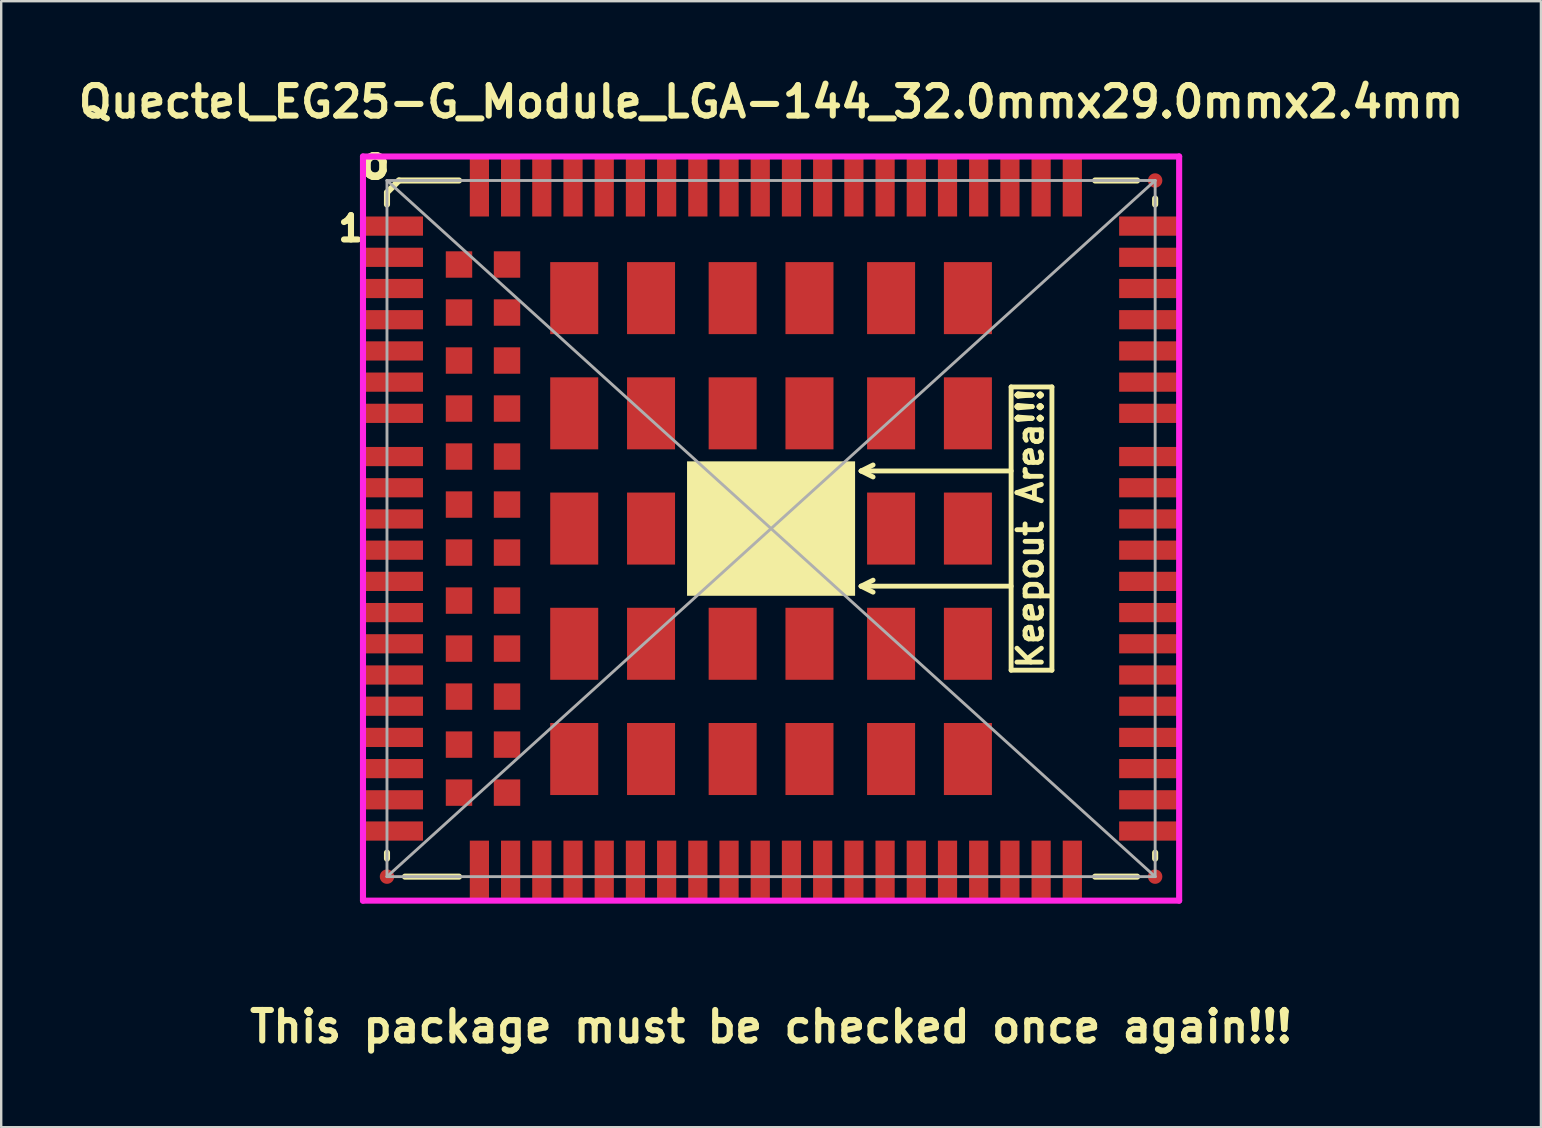
<source format=kicad_pcb>
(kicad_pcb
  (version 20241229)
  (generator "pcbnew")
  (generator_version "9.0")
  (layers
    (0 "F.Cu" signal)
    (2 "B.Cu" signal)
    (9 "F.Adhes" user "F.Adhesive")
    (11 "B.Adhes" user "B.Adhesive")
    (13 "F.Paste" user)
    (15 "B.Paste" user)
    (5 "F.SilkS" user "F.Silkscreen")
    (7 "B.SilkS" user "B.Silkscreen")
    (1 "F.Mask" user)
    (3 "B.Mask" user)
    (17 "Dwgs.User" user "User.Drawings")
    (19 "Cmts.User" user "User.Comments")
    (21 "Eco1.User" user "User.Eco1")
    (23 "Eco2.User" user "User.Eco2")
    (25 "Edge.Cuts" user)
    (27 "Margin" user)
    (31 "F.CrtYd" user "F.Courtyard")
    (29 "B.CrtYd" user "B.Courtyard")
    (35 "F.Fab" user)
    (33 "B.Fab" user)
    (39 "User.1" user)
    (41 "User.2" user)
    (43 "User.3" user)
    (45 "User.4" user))
  (footprint "Quectel_EG25-G_Module_LGA-144_32.0mmx29.0mmx2.4mm"
    (layer "F.Cu")
    (at 29.071 18.969)
    (property "Reference" "Quectel_EG25-G_Module_LGA-144_32.0mmx29.0mmx2.4mm" (at 0 -17.78 0) (layer "F.SilkS") (effects (font (size 1.27 1.27) (thickness 0.254))))
    (attr smd)
    (fp_line (start -16 -14) (end -16 -13.5) (stroke (width 0.254) (type solid)) (layer "F.SilkS"))
    (fp_line (start -16 -14) (end -15.5 -14.5) (stroke (width 0.254) (type solid)) (layer "F.SilkS"))
    (fp_line (start -16 13.75) (end -16 13.5) (stroke (width 0.254) (type solid)) (layer "F.SilkS"))
    (fp_line (start -15.25 14.5) (end -13 14.5) (stroke (width 0.254) (type solid)) (layer "F.SilkS"))
    (fp_line (start -13 -14.5) (end -15.5 -14.5) (stroke (width 0.254) (type solid)) (layer "F.SilkS"))
    (fp_line (start 3.75 -2.4) (end 4.25 -2.65) (stroke (width 0.203) (type solid)) (layer "F.SilkS"))
    (fp_line (start 3.75 -2.4) (end 4.25 -2.15) (stroke (width 0.203) (type solid)) (layer "F.SilkS"))
    (fp_line (start 3.75 2.4) (end 4.25 2.15) (stroke (width 0.203) (type solid)) (layer "F.SilkS"))
    (fp_line (start 3.75 2.4) (end 4.25 2.65) (stroke (width 0.203) (type solid)) (layer "F.SilkS"))
    (fp_line (start 10 -5.9) (end 11.7 -5.9) (stroke (width 0.203) (type solid)) (layer "F.SilkS"))
    (fp_line (start 10 -2.4) (end 3.75 -2.4) (stroke (width 0.203) (type solid)) (layer "F.SilkS"))
    (fp_line (start 10 2.4) (end 3.75 2.4) (stroke (width 0.203) (type solid)) (layer "F.SilkS"))
    (fp_line (start 10 5.9) (end 10 -5.9) (stroke (width 0.203) (type solid)) (layer "F.SilkS"))
    (fp_line (start 10 5.9) (end 11.7 5.9) (stroke (width 0.203) (type solid)) (layer "F.SilkS"))
    (fp_line (start 11.7 5.9) (end 11.7 -5.9) (stroke (width 0.203) (type solid)) (layer "F.SilkS"))
    (fp_line (start 15.25 -14.5) (end 13.5 -14.5) (stroke (width 0.254) (type solid)) (layer "F.SilkS"))
    (fp_line (start 15.25 14.5) (end 13.5 14.5) (stroke (width 0.254) (type solid)) (layer "F.SilkS"))
    (fp_line (start 16 -13.75) (end 16 -13.5) (stroke (width 0.254) (type solid)) (layer "F.SilkS"))
    (fp_line (start 16 13.75) (end 16 13.5) (stroke (width 0.254) (type solid)) (layer "F.SilkS"))
    (fp_poly (pts (xy -3.5 -2.8) (xy 3.5 -2.8) (xy 3.5 2.8) (xy -3.5 2.8)) (stroke (width 0) (type solid)) (fill yes) (layer "F.SilkS"))
    (fp_line (start -17 15.5) (end -17 -15.5) (stroke (width 0.254) (type solid)) (layer "F.CrtYd"))
    (fp_line (start -17 15.5) (end 17 15.5) (stroke (width 0.254) (type solid)) (layer "F.CrtYd"))
    (fp_line (start 17 -15.5) (end -17 -15.5) (stroke (width 0.254) (type solid)) (layer "F.CrtYd"))
    (fp_line (start 17 15.5) (end 17 -15.5) (stroke (width 0.254) (type solid)) (layer "F.CrtYd"))
    (fp_line (start -16 -14.5) (end 16 -14.5) (stroke (width 0.12) (type solid)) (layer "F.Fab"))
    (fp_line (start -16 -14.5) (end 16 14.5) (stroke (width 0.12) (type solid)) (layer "F.Fab"))
    (fp_line (start -16 14.5) (end -16 -14.5) (stroke (width 0.12) (type solid)) (layer "F.Fab"))
    (fp_line (start 16 -14.5) (end -16 14.5) (stroke (width 0.12) (type solid)) (layer "F.Fab"))
    (fp_line (start 16 -14.5) (end 16 14.5) (stroke (width 0.12) (type solid)) (layer "F.Fab"))
    (fp_line (start 16 14.5) (end -16 14.5) (stroke (width 0.12) (type solid)) (layer "F.Fab"))
    (fp_text user "Keepout Area!!!" (at 10.8 0 90) (layer "F.SilkS") (effects (font (size 1.016 1.016) (thickness 0.203))))
    (fp_text user "o" (at -16.5 -15.25 0) (layer "F.SilkS") (effects (font (size 1.27 1.27) (thickness 0.318))))
    (fp_text user "1" (at -17.5 -12.5 0) (layer "F.SilkS") (effects (font (size 1.016 1.016) (thickness 0.254))))
    (fp_text user "This package must be checked once again!!!" (at 0 20.75 0) (layer "F.SilkS") (effects (font (size 1.27 1.27) (thickness 0.254))))
    (pad "" smd trapezoid (at -2.51 1.7 180) (size 1.1 1.1) (layers "Eco1.User"))
    (pad "" smd trapezoid (at -2.5 -1.7 180) (size 1.1 1.1) (layers "Eco1.User"))
    (pad "" smd trapezoid (at -2.5 0 180) (size 1.1 1.1) (layers "Eco1.User"))
    (pad "" smd trapezoid (at -0.845 1.7 180) (size 1.1 1.1) (layers "Eco1.User"))
    (pad "" smd trapezoid (at -0.835 -1.7 180) (size 1.1 1.1) (layers "Eco1.User"))
    (pad "" smd trapezoid (at -0.835 0 180) (size 1.1 1.1) (layers "Eco1.User"))
    (pad "" smd trapezoid (at 0.825 1.7 180) (size 1.1 1.1) (layers "Eco1.User"))
    (pad "" smd trapezoid (at 0.835 -1.7 180) (size 1.1 1.1) (layers "Eco1.User"))
    (pad "" smd trapezoid (at 0.835 0 180) (size 1.1 1.1) (layers "Eco1.User"))
    (pad "" smd trapezoid (at 2.49 1.7 180) (size 1.1 1.1) (layers "Eco1.User"))
    (pad "" smd trapezoid (at 2.5 -1.7 180) (size 1.1 1.1) (layers "Eco1.User"))
    (pad "" smd trapezoid (at 2.5 0 180) (size 1.1 1.1) (layers "Eco1.User"))
    (pad "1" smd trapezoid (at -15.75 -12.6 180) (size 2.5 0.8) (layers "F.Cu" "F.Mask" "F.Paste"))
    (pad "2" smd trapezoid (at -15.75 -11.3 180) (size 2.5 0.8) (layers "F.Cu" "F.Mask" "F.Paste"))
    (pad "3" smd trapezoid (at -15.75 -10 180) (size 2.5 0.8) (layers "F.Cu" "F.Mask" "F.Paste"))
    (pad "4" smd trapezoid (at -15.75 -8.7 180) (size 2.5 0.8) (layers "F.Cu" "F.Mask" "F.Paste"))
    (pad "5" smd trapezoid (at -15.75 -7.4 180) (size 2.5 0.8) (layers "F.Cu" "F.Mask" "F.Paste"))
    (pad "6" smd trapezoid (at -15.75 -6.1 180) (size 2.5 0.8) (layers "F.Cu" "F.Mask" "F.Paste"))
    (pad "7" smd trapezoid (at -15.75 -4.8 180) (size 2.5 0.8) (layers "F.Cu" "F.Mask" "F.Paste"))
    (pad "8" smd trapezoid (at -15.75 -0.4 180) (size 2.5 0.8) (layers "F.Cu" "F.Mask" "F.Paste"))
    (pad "9" smd trapezoid (at -15.75 0.9 180) (size 2.5 0.8) (layers "F.Cu" "F.Mask" "F.Paste"))
    (pad "10" smd trapezoid (at -15.75 2.2 180) (size 2.5 0.8) (layers "F.Cu" "F.Mask" "F.Paste"))
    (pad "11" smd trapezoid (at -15.75 3.5 180) (size 2.5 0.8) (layers "F.Cu" "F.Mask" "F.Paste"))
    (pad "12" smd trapezoid (at -15.75 4.8 180) (size 2.5 0.8) (layers "F.Cu" "F.Mask" "F.Paste"))
    (pad "13" smd trapezoid (at -15.75 6.1 180) (size 2.5 0.8) (layers "F.Cu" "F.Mask" "F.Paste"))
    (pad "14" smd trapezoid (at -15.75 7.4 180) (size 2.5 0.8) (layers "F.Cu" "F.Mask" "F.Paste"))
    (pad "15" smd trapezoid (at -15.75 8.7 180) (size 2.5 0.8) (layers "F.Cu" "F.Mask" "F.Paste"))
    (pad "16" smd trapezoid (at -15.75 10 180) (size 2.5 0.8) (layers "F.Cu" "F.Mask" "F.Paste"))
    (pad "17" smd trapezoid (at -15.75 11.3 180) (size 2.5 0.8) (layers "F.Cu" "F.Mask" "F.Paste"))
    (pad "18" smd trapezoid (at -15.75 12.6 180) (size 2.5 0.8) (layers "F.Cu" "F.Mask" "F.Paste"))
    (pad "19" smd trapezoid (at -9.55 14.25 270) (size 2.5 0.8) (layers "F.Cu" "F.Mask" "F.Paste"))
    (pad "20" smd trapezoid (at -8.25 14.25 270) (size 2.5 0.8) (layers "F.Cu" "F.Mask" "F.Paste"))
    (pad "21" smd trapezoid (at -6.95 14.25 270) (size 2.5 0.8) (layers "F.Cu" "F.Mask" "F.Paste"))
    (pad "22" smd trapezoid (at -5.65 14.25 270) (size 2.5 0.8) (layers "F.Cu" "F.Mask" "F.Paste"))
    (pad "23" smd trapezoid (at -4.35 14.25 270) (size 2.5 0.8) (layers "F.Cu" "F.Mask" "F.Paste"))
    (pad "24" smd trapezoid (at -3.05 14.25 270) (size 2.5 0.8) (layers "F.Cu" "F.Mask" "F.Paste"))
    (pad "25" smd trapezoid (at -1.75 14.25 270) (size 2.5 0.8) (layers "F.Cu" "F.Mask" "F.Paste"))
    (pad "26" smd trapezoid (at -0.45 14.25 270) (size 2.5 0.8) (layers "F.Cu" "F.Mask" "F.Paste"))
    (pad "27" smd trapezoid (at 0.85 14.25 270) (size 2.5 0.8) (layers "F.Cu" "F.Mask" "F.Paste"))
    (pad "28" smd trapezoid (at 2.15 14.25 270) (size 2.5 0.8) (layers "F.Cu" "F.Mask" "F.Paste"))
    (pad "29" smd trapezoid (at 3.45 14.25 270) (size 2.5 0.8) (layers "F.Cu" "F.Mask" "F.Paste"))
    (pad "30" smd trapezoid (at 4.75 14.25 270) (size 2.5 0.8) (layers "F.Cu" "F.Mask" "F.Paste"))
    (pad "31" smd trapezoid (at 6.05 14.25 270) (size 2.5 0.8) (layers "F.Cu" "F.Mask" "F.Paste"))
    (pad "32" smd trapezoid (at 7.35 14.25 270) (size 2.5 0.8) (layers "F.Cu" "F.Mask" "F.Paste"))
    (pad "33" smd trapezoid (at 8.65 14.25 270) (size 2.5 0.8) (layers "F.Cu" "F.Mask" "F.Paste"))
    (pad "34" smd trapezoid (at 9.95 14.25 270) (size 2.5 0.8) (layers "F.Cu" "F.Mask" "F.Paste"))
    (pad "35" smd trapezoid (at 11.25 14.25 270) (size 2.5 0.8) (layers "F.Cu" "F.Mask" "F.Paste"))
    (pad "36" smd trapezoid (at 12.55 14.25 270) (size 2.5 0.8) (layers "F.Cu" "F.Mask" "F.Paste"))
    (pad "37" smd trapezoid (at 15.75 12.6 180) (size 2.5 0.8) (layers "F.Cu" "F.Mask" "F.Paste"))
    (pad "38" smd trapezoid (at 15.75 11.3 180) (size 2.5 0.8) (layers "F.Cu" "F.Mask" "F.Paste"))
    (pad "39" smd trapezoid (at 15.75 10 180) (size 2.5 0.8) (layers "F.Cu" "F.Mask" "F.Paste"))
    (pad "40" smd trapezoid (at 15.75 8.7 180) (size 2.5 0.8) (layers "F.Cu" "F.Mask" "F.Paste"))
    (pad "41" smd trapezoid (at 15.75 7.4 180) (size 2.5 0.8) (layers "F.Cu" "F.Mask" "F.Paste"))
    (pad "42" smd trapezoid (at 15.75 6.1 180) (size 2.5 0.8) (layers "F.Cu" "F.Mask" "F.Paste"))
    (pad "43" smd trapezoid (at 15.75 4.8 180) (size 2.5 0.8) (layers "F.Cu" "F.Mask" "F.Paste"))
    (pad "44" smd trapezoid (at 15.75 3.5 180) (size 2.5 0.8) (layers "F.Cu" "F.Mask" "F.Paste"))
    (pad "45" smd trapezoid (at 15.75 2.2 180) (size 2.5 0.8) (layers "F.Cu" "F.Mask" "F.Paste"))
    (pad "46" smd trapezoid (at 15.75 0.9 180) (size 2.5 0.8) (layers "F.Cu" "F.Mask" "F.Paste"))
    (pad "47" smd trapezoid (at 15.75 -0.4 180) (size 2.5 0.8) (layers "F.Cu" "F.Mask" "F.Paste"))
    (pad "48" smd trapezoid (at 15.75 -4.8 180) (size 2.5 0.8) (layers "F.Cu" "F.Mask" "F.Paste"))
    (pad "49" smd trapezoid (at 15.75 -6.1 180) (size 2.5 0.8) (layers "F.Cu" "F.Mask" "F.Paste"))
    (pad "50" smd trapezoid (at 15.75 -7.4 180) (size 2.5 0.8) (layers "F.Cu" "F.Mask" "F.Paste"))
    (pad "51" smd trapezoid (at 15.75 -8.7 180) (size 2.5 0.8) (layers "F.Cu" "F.Mask" "F.Paste"))
    (pad "52" smd trapezoid (at 15.75 -10 180) (size 2.5 0.8) (layers "F.Cu" "F.Mask" "F.Paste"))
    (pad "53" smd trapezoid (at 15.75 -11.3 180) (size 2.5 0.8) (layers "F.Cu" "F.Mask" "F.Paste"))
    (pad "54" smd trapezoid (at 15.75 -12.6 180) (size 2.5 0.8) (layers "F.Cu" "F.Mask" "F.Paste"))
    (pad "55" smd trapezoid (at 12.55 -14.25 270) (size 2.5 0.8) (layers "F.Cu" "F.Mask" "F.Paste"))
    (pad "56" smd trapezoid (at 11.25 -14.25 270) (size 2.5 0.8) (layers "F.Cu" "F.Mask" "F.Paste"))
    (pad "57" smd trapezoid (at 9.95 -14.25 270) (size 2.5 0.8) (layers "F.Cu" "F.Mask" "F.Paste"))
    (pad "58" smd trapezoid (at 8.65 -14.25 270) (size 2.5 0.8) (layers "F.Cu" "F.Mask" "F.Paste"))
    (pad "59" smd trapezoid (at 7.35 -14.25 270) (size 2.5 0.8) (layers "F.Cu" "F.Mask" "F.Paste"))
    (pad "60" smd trapezoid (at 6.05 -14.25 270) (size 2.5 0.8) (layers "F.Cu" "F.Mask" "F.Paste"))
    (pad "61" smd trapezoid (at 4.75 -14.25 270) (size 2.5 0.8) (layers "F.Cu" "F.Mask" "F.Paste"))
    (pad "62" smd trapezoid (at 3.45 -14.25 270) (size 2.5 0.8) (layers "F.Cu" "F.Mask" "F.Paste"))
    (pad "63" smd trapezoid (at 2.15 -14.25 270) (size 2.5 0.8) (layers "F.Cu" "F.Mask" "F.Paste"))
    (pad "64" smd trapezoid (at 0.85 -14.25 270) (size 2.5 0.8) (layers "F.Cu" "F.Mask" "F.Paste"))
    (pad "65" smd trapezoid (at -0.45 -14.25 270) (size 2.5 0.8) (layers "F.Cu" "F.Mask" "F.Paste"))
    (pad "66" smd trapezoid (at -1.75 -14.25 270) (size 2.5 0.8) (layers "F.Cu" "F.Mask" "F.Paste"))
    (pad "67" smd trapezoid (at -3.05 -14.25 270) (size 2.5 0.8) (layers "F.Cu" "F.Mask" "F.Paste"))
    (pad "68" smd trapezoid (at -4.35 -14.25 270) (size 2.5 0.8) (layers "F.Cu" "F.Mask" "F.Paste"))
    (pad "69" smd trapezoid (at -5.65 -14.25 270) (size 2.5 0.8) (layers "F.Cu" "F.Mask" "F.Paste"))
    (pad "70" smd trapezoid (at -6.95 -14.25 270) (size 2.5 0.8) (layers "F.Cu" "F.Mask" "F.Paste"))
    (pad "71" smd trapezoid (at -8.25 -14.25 270) (size 2.5 0.8) (layers "F.Cu" "F.Mask" "F.Paste"))
    (pad "72" smd trapezoid (at -9.55 -14.25 270) (size 2.5 0.8) (layers "F.Cu" "F.Mask" "F.Paste"))
    (pad "85" smd trapezoid (at 8.2 -9.6 180) (size 2 3) (layers "F.Cu" "F.Mask" "F.Paste"))
    (pad "86" smd trapezoid (at 8.2 -4.8 180) (size 2 3) (layers "F.Cu" "F.Mask" "F.Paste"))
    (pad "87" smd trapezoid (at 8.2 0 180) (size 2 3) (layers "F.Cu" "F.Mask" "F.Paste"))
    (pad "88" smd trapezoid (at 8.2 4.8 180) (size 2 3) (layers "F.Cu" "F.Mask" "F.Paste"))
    (pad "89" smd trapezoid (at 8.2 9.6 180) (size 2 3) (layers "F.Cu" "F.Mask" "F.Paste"))
    (pad "90" smd trapezoid (at 5 -9.6 180) (size 2 3) (layers "F.Cu" "F.Mask" "F.Paste"))
    (pad "91" smd trapezoid (at 5 -4.8 180) (size 2 3) (layers "F.Cu" "F.Mask" "F.Paste"))
    (pad "92" smd trapezoid (at 5 0 180) (size 2 3) (layers "F.Cu" "F.Mask" "F.Paste"))
    (pad "93" smd trapezoid (at 5 4.8 180) (size 2 3) (layers "F.Cu" "F.Mask" "F.Paste"))
    (pad "94" smd trapezoid (at 5 9.6 180) (size 2 3) (layers "F.Cu" "F.Mask" "F.Paste"))
    (pad "95" smd trapezoid (at 1.6 -9.6 180) (size 2 3) (layers "F.Cu" "F.Mask" "F.Paste"))
    (pad "96" smd trapezoid (at 1.6 -4.8 180) (size 2 3) (layers "F.Cu" "F.Mask" "F.Paste"))
    (pad "97" smd trapezoid (at 1.6 4.8 180) (size 2 3) (layers "F.Cu" "F.Mask" "F.Paste"))
    (pad "98" smd trapezoid (at 1.6 9.6 180) (size 2 3) (layers "F.Cu" "F.Mask" "F.Paste"))
    (pad "99" smd trapezoid (at -1.6 -9.6 180) (size 2 3) (layers "F.Cu" "F.Mask" "F.Paste"))
    (pad "100" smd trapezoid (at -1.6 -4.8 180) (size 2 3) (layers "F.Cu" "F.Mask" "F.Paste"))
    (pad "101" smd trapezoid (at -1.6 4.8 180) (size 2 3) (layers "F.Cu" "F.Mask" "F.Paste"))
    (pad "102" smd trapezoid (at -1.6 9.6 180) (size 2 3) (layers "F.Cu" "F.Mask" "F.Paste"))
    (pad "103" smd trapezoid (at -5 -9.6 180) (size 2 3) (layers "F.Cu" "F.Mask" "F.Paste"))
    (pad "104" smd trapezoid (at -5 -4.8 180) (size 2 3) (layers "F.Cu" "F.Mask" "F.Paste"))
    (pad "105" smd trapezoid (at -5 0 180) (size 2 3) (layers "F.Cu" "F.Mask" "F.Paste"))
    (pad "106" smd trapezoid (at -5 4.8 180) (size 2 3) (layers "F.Cu" "F.Mask" "F.Paste"))
    (pad "107" smd trapezoid (at -5 9.6 180) (size 2 3) (layers "F.Cu" "F.Mask" "F.Paste"))
    (pad "108" smd trapezoid (at -8.2 -9.6 180) (size 2 3) (layers "F.Cu" "F.Mask" "F.Paste"))
    (pad "109" smd trapezoid (at -8.2 -4.8 180) (size 2 3) (layers "F.Cu" "F.Mask" "F.Paste"))
    (pad "110" smd trapezoid (at -8.2 0 180) (size 2 3) (layers "F.Cu" "F.Mask" "F.Paste"))
    (pad "111" smd trapezoid (at -8.2 4.8 180) (size 2 3) (layers "F.Cu" "F.Mask" "F.Paste"))
    (pad "112" smd trapezoid (at -8.2 9.6 180) (size 2 3) (layers "F.Cu" "F.Mask" "F.Paste"))
    (pad "113" smd trapezoid (at -10.85 -14.25 270) (size 2.5 0.8) (layers "F.Cu" "F.Mask" "F.Paste"))
    (pad "114" smd trapezoid (at -12.15 -14.25 270) (size 2.5 0.8) (layers "F.Cu" "F.Mask" "F.Paste"))
    (pad "115" smd trapezoid (at -10.85 14.25 270) (size 2.5 0.8) (layers "F.Cu" "F.Mask" "F.Paste"))
    (pad "116" smd trapezoid (at -12.15 14.25 270) (size 2.5 0.8) (layers "F.Cu" "F.Mask" "F.Paste"))
    (pad "117" smd trapezoid (at -11 -11 180) (size 1.1 1.1) (layers "F.Cu" "F.Mask" "F.Paste"))
    (pad "118" smd trapezoid (at -11 -9 180) (size 1.1 1.1) (layers "F.Cu" "F.Mask" "F.Paste"))
    (pad "119" smd trapezoid (at -11 -7 180) (size 1.1 1.1) (layers "F.Cu" "F.Mask" "F.Paste"))
    (pad "120" smd trapezoid (at -11 -5 180) (size 1.1 1.1) (layers "F.Cu" "F.Mask" "F.Paste"))
    (pad "121" smd trapezoid (at -11 -3 180) (size 1.1 1.1) (layers "F.Cu" "F.Mask" "F.Paste"))
    (pad "122" smd trapezoid (at -11 -1 180) (size 1.1 1.1) (layers "F.Cu" "F.Mask" "F.Paste"))
    (pad "123" smd trapezoid (at -11 1 180) (size 1.1 1.1) (layers "F.Cu" "F.Mask" "F.Paste"))
    (pad "124" smd trapezoid (at -11 3 180) (size 1.1 1.1) (layers "F.Cu" "F.Mask" "F.Paste"))
    (pad "125" smd trapezoid (at -11 5 180) (size 1.1 1.1) (layers "F.Cu" "F.Mask" "F.Paste"))
    (pad "126" smd trapezoid (at -11 7 180) (size 1.1 1.1) (layers "F.Cu" "F.Mask" "F.Paste"))
    (pad "127" smd trapezoid (at -11 9 180) (size 1.1 1.1) (layers "F.Cu" "F.Mask" "F.Paste"))
    (pad "128" smd trapezoid (at -11 11 180) (size 1.1 1.1) (layers "F.Cu" "F.Mask" "F.Paste"))
    (pad "129" smd trapezoid (at -13 -11 180) (size 1.1 1.1) (layers "F.Cu" "F.Mask" "F.Paste"))
    (pad "130" smd trapezoid (at -13 -9 180) (size 1.1 1.1) (layers "F.Cu" "F.Mask" "F.Paste"))
    (pad "131" smd trapezoid (at -13 -7 180) (size 1.1 1.1) (layers "F.Cu" "F.Mask" "F.Paste"))
    (pad "132" smd trapezoid (at -13 -5 180) (size 1.1 1.1) (layers "F.Cu" "F.Mask" "F.Paste"))
    (pad "133" smd trapezoid (at -13 -3 180) (size 1.1 1.1) (layers "F.Cu" "F.Mask" "F.Paste"))
    (pad "134" smd trapezoid (at -13 -1 180) (size 1.1 1.1) (layers "F.Cu" "F.Mask" "F.Paste"))
    (pad "135" smd trapezoid (at -13 1 180) (size 1.1 1.1) (layers "F.Cu" "F.Mask" "F.Paste"))
    (pad "136" smd trapezoid (at -13 3 180) (size 1.1 1.1) (layers "F.Cu" "F.Mask" "F.Paste"))
    (pad "137" smd trapezoid (at -13 5 180) (size 1.1 1.1) (layers "F.Cu" "F.Mask" "F.Paste"))
    (pad "138" smd trapezoid (at -13 7 180) (size 1.1 1.1) (layers "F.Cu" "F.Mask" "F.Paste"))
    (pad "139" smd trapezoid (at -13 9 180) (size 1.1 1.1) (layers "F.Cu" "F.Mask" "F.Paste"))
    (pad "140" smd trapezoid (at -13 11 180) (size 1.1 1.1) (layers "F.Cu" "F.Mask" "F.Paste"))
    (pad "141" smd trapezoid (at -15.75 -3 180) (size 2.5 0.8) (layers "F.Cu" "F.Mask" "F.Paste"))
    (pad "142" smd trapezoid (at -15.75 -1.7 180) (size 2.5 0.8) (layers "F.Cu" "F.Mask" "F.Paste"))
    (pad "143" smd trapezoid (at 15.75 -1.7 180) (size 2.5 0.8) (layers "F.Cu" "F.Mask" "F.Paste"))
    (pad "144" smd trapezoid (at 15.75 -3 180) (size 2.5 0.8) (layers "F.Cu" "F.Mask" "F.Paste"))
    (pad "fid" smd circle (at -16 14.5 90) (size 0.6 0.6) (layers "F.Cu" "F.Mask"))
    (pad "fid" smd circle (at 16 -14.5 90) (size 0.6 0.6) (layers "F.Cu" "F.Mask"))
    (pad "fid" smd circle (at 16 14.5 90) (size 0.6 0.6) (layers "F.Cu" "F.Mask")))
  (gr_rect
    (start -3 -3)
    (end 61.142 43.907)
    (stroke (width 0.1) (type default))
    (fill no)
    (layer "Edge.Cuts")))
</source>
